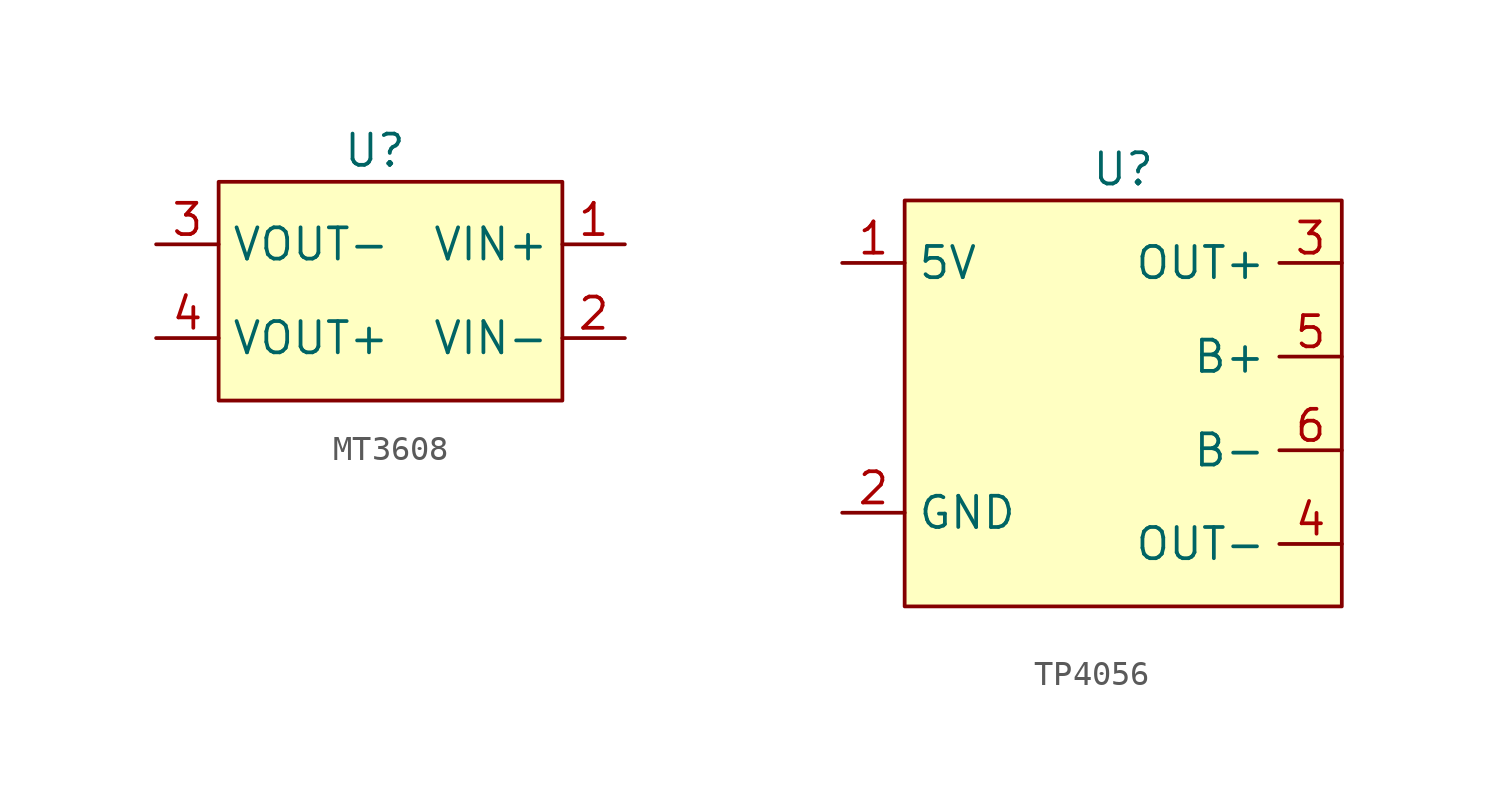
<source format=kicad_sym>
(kicad_symbol_lib
  (version 20220914)
  (generator kicad_symbol_editor)
  (symbol "MT3608"
    (property "Reference" "U"
      (at 0 5.08 0)
      (effects (font (size 1.27 1.27))))
    (property "Value" ""
      (at 0 0 0)
      (effects (font (size 1.27 1.27))))
    (symbol "MT3608_1_1"
      (rectangle (start -6.35 3.81) (end 7.62 -5.08) (stroke (width 0) (type default)) (fill (type background)))
      (pin input line (at 10.16 1.27 180) (length 2.54) (name "VIN+" (effects (font (size 1.27 1.27)))) (number "1" (effects (font (size 1.27 1.27)))))
      (pin input line (at 10.16 -2.54 180) (length 2.54) (name "VIN-" (effects (font (size 1.27 1.27)))) (number "2" (effects (font (size 1.27 1.27)))))
      (pin output line (at -8.89 1.27 0) (length 2.54) (name "VOUT-" (effects (font (size 1.27 1.27)))) (number "3" (effects (font (size 1.27 1.27)))))
      (pin output line (at -8.89 -2.54 0) (length 2.54) (name "VOUT+" (effects (font (size 1.27 1.27)))) (number "4" (effects (font (size 1.27 1.27)))))))
  (symbol "TP4056"
    (property "Reference" "U"
      (at 0 8.89 0)
      (effects (font (size 1.27 1.27))))
    (property "Value" ""
      (at 0 0 0)
      (effects (font (size 1.27 1.27))))
    (symbol "TP4056_1_1"
      (rectangle (start -8.89 7.62) (end 8.89 -8.89) (stroke (width 0) (type default)) (fill (type background)))
      (pin power_in line (at -11.43 5.08 0) (length 2.54) (name "5V" (effects (font (size 1.27 1.27)))) (number "1" (effects (font (size 1.27 1.27)))))
      (pin power_in line (at -11.43 -5.08 0) (length 2.54) (name "GND" (effects (font (size 1.27 1.27)))) (number "2" (effects (font (size 1.27 1.27)))))
      (pin output line (at 8.89 5.08 180) (length 2.54) (name "OUT+" (effects (font (size 1.27 1.27)))) (number "3" (effects (font (size 1.27 1.27)))))
      (pin output line (at 8.89 -6.35 180) (length 2.54) (name "OUT-" (effects (font (size 1.27 1.27)))) (number "4" (effects (font (size 1.27 1.27)))))
      (pin input line (at 8.89 1.27 180) (length 2.54) (name "B+" (effects (font (size 1.27 1.27)))) (number "5" (effects (font (size 1.27 1.27)))))
      (pin input line (at 8.89 -2.54 180) (length 2.54) (name "B-" (effects (font (size 1.27 1.27)))) (number "6" (effects (font (size 1.27 1.27))))))))
</source>
